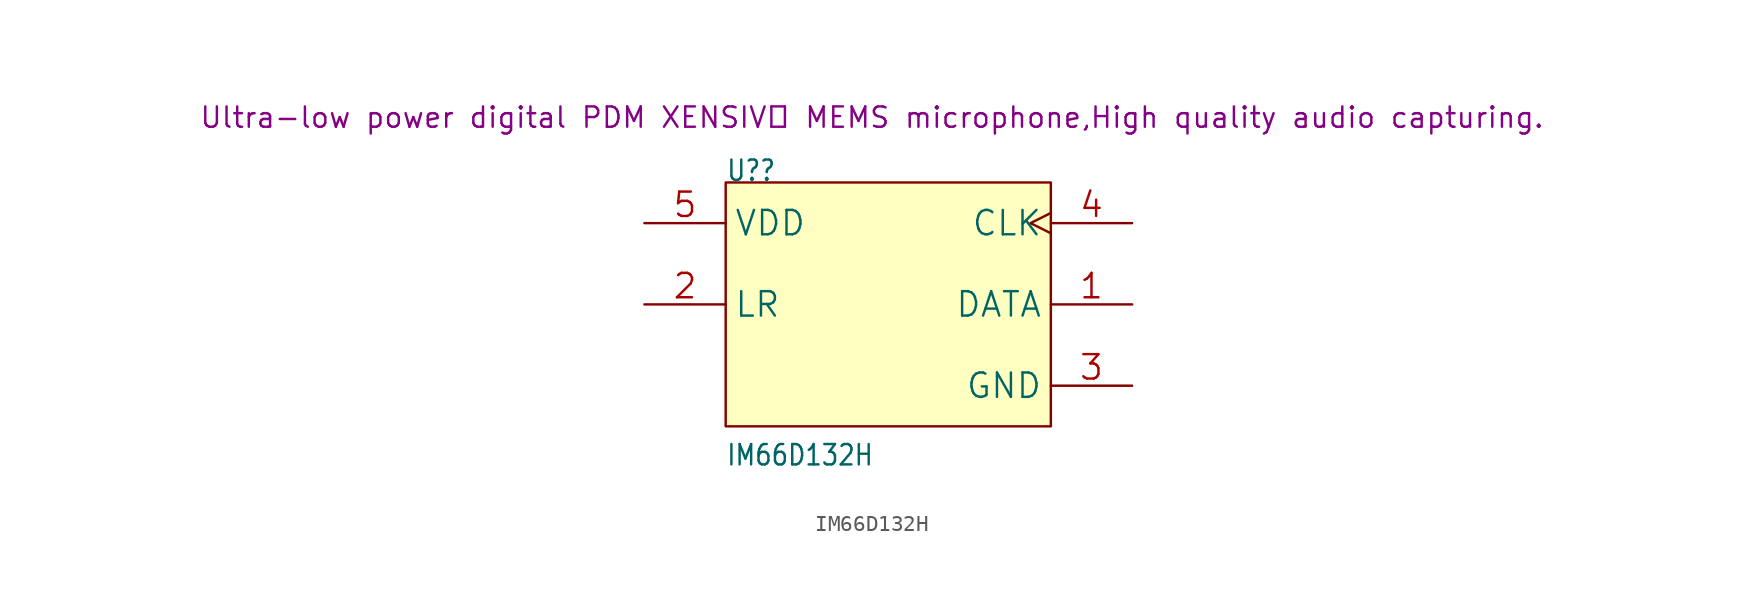
<source format=kicad_sym>
(kicad_symbol_lib
  (version 20241209)
  (generator "kicad_symbol_editor")
  (generator_version "9.0")
  (symbol "IM66D132H"
    (property "Reference" "U?"
      (at 0 0 0)
      (effects (font (size 1.27 1.079)) (justify left bottom)))
    (property "Value" "IM66D132H"
      (at 0 -17.78 0)
      (effects (font (size 1.27 1.079)) (justify left bottom)))
    (property "Description" "Ultra-low power digital PDM XENSIV™ MEMS microphone,High quality audio capturing."
      (at 9.144 4.064 0)
      (effects (font (size 1.27 1.27))))
    (symbol "IM66D132H_1_0"
      (pin power_in line (at -5.08 -2.54 0) (length 5.08) (name "VDD" (effects (font (size 1.524 1.524)))) (number "5" (effects (font (size 1.524 1.524)))))
      (pin passive line (at -5.08 -7.62 0) (length 5.08) (name "LR" (effects (font (size 1.524 1.524)))) (number "2" (effects (font (size 1.524 1.524)))))
      (pin input clock (at 25.4 -2.54 180) (length 5.08) (name "CLK" (effects (font (size 1.524 1.524)))) (number "4" (effects (font (size 1.524 1.524)))))
      (pin output line (at 25.4 -7.62 180) (length 5.08) (name "DATA" (effects (font (size 1.524 1.524)))) (number "1" (effects (font (size 1.524 1.524)))))
      (pin power_in line (at 25.4 -12.7 180) (length 5.08) (name "GND" (effects (font (size 1.524 1.524)))) (number "3" (effects (font (size 1.524 1.524))))))
    (symbol "IM66D132H_1_1"
      (rectangle (start 0 0) (end 20.32 -15.24) (stroke (width 0) (type solid)) (fill (type background))))))
</source>
